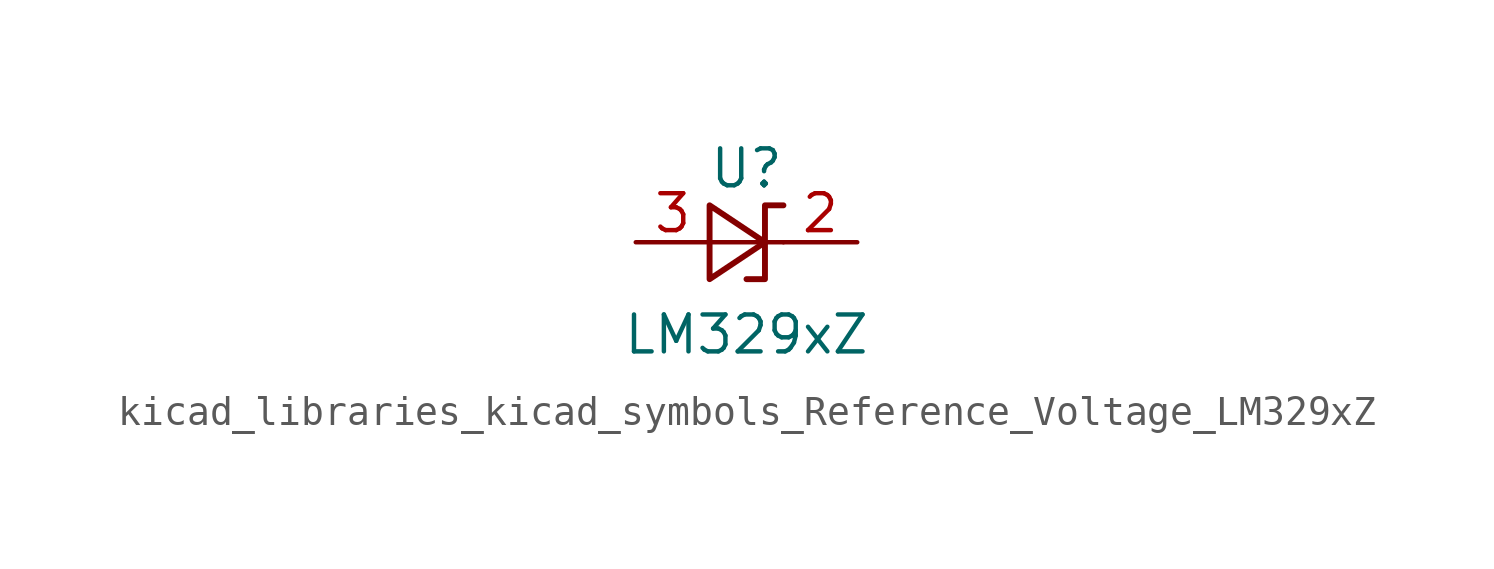
<source format=kicad_sym>
(kicad_symbol_lib
  (version 20220914)
  (generator kicad_symbol_editor)
  (symbol "kicad_libraries_kicad_symbols_Reference_Voltage_LM329xZ"
    (pin_names
      (offset 0.025) hide)
    (property "Reference" "U"
      (at 0 2.54 0)
      (effects (font (size 1.27 1.27))))
    (property "Value" "LM329xZ"
      (at 0 -3.175 0)
      (effects (font (size 1.27 1.27))))
    (symbol "kicad_libraries_kicad_symbols_Reference_Voltage_LM329xZ_0_1"
      (polyline (pts (xy -1.27 0) (xy 0 0) (xy 1.27 0)) (stroke (width 0) (type default)) (fill (type none)))
      (polyline (pts (xy -1.27 -1.27) (xy 0.635 0) (xy -1.27 1.27) (xy -1.27 -1.27)) (stroke (width 0.203) (type default)) (fill (type none)))
      (polyline (pts (xy 0 -1.27) (xy 0.635 -1.27) (xy 0.635 1.27) (xy 1.27 1.27)) (stroke (width 0.203) (type default)) (fill (type none))))
    (symbol "kicad_libraries_kicad_symbols_Reference_Voltage_LM329xZ_1_1"
      (pin no_connect line (at 0 0 0) (length 2.54) hide (name "NC" (effects (font (size 1.27 1.27)))) (number "1" (effects (font (size 1.27 1.27)))))
      (pin passive line (at 3.81 0 180) (length 2.54) (name "K" (effects (font (size 1.27 1.27)))) (number "2" (effects (font (size 1.27 1.27)))))
      (pin passive line (at -3.81 0 0) (length 2.54) (name "A" (effects (font (size 1.27 1.27)))) (number "3" (effects (font (size 1.27 1.27))))))))
</source>
